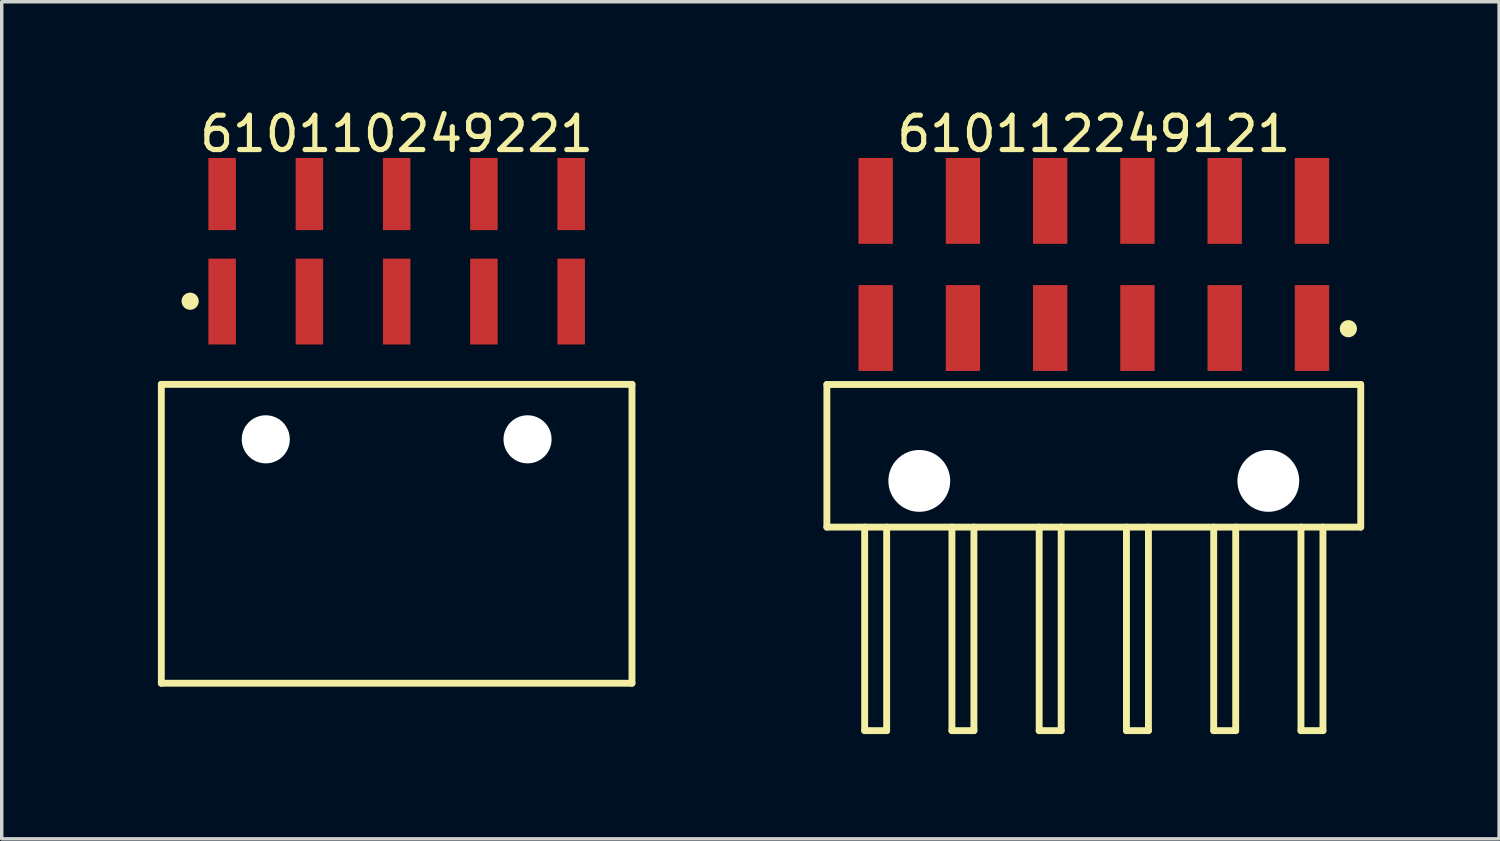
<source format=kicad_pcb>
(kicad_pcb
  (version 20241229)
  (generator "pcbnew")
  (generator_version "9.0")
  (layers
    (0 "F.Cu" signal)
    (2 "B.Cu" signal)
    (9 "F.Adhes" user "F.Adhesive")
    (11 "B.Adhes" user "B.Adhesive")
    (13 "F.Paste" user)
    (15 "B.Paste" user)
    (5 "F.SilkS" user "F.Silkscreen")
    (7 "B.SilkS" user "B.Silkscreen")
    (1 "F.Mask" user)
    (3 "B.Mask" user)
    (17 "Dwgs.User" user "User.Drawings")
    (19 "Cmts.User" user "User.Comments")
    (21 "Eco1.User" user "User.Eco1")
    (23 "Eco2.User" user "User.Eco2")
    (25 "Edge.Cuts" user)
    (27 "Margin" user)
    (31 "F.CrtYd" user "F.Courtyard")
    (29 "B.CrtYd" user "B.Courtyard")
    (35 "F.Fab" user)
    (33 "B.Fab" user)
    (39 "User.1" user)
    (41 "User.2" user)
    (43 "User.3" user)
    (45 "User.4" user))
  (footprint "610112249121"
    (layer "F.Cu")
    (at 28.789 10.218)
    (property "Reference" "610112249121" (at 0 -9.37 0) (layer "F.SilkS") (effects (font (size 1 1) (thickness 0.15))))
    (fp_line (start -7.77 -2.075) (end 7.77 -2.075) (stroke (width 0.2) (type solid)) (layer "F.SilkS"))
    (fp_line (start -7.77 2.075) (end -7.77 -2.075) (stroke (width 0.2) (type solid)) (layer "F.SilkS"))
    (fp_line (start -7.77 2.075) (end 7.77 2.075) (stroke (width 0.2) (type solid)) (layer "F.SilkS"))
    (fp_line (start -6.67 8) (end -6.67 2.075) (stroke (width 0.2) (type solid)) (layer "F.SilkS"))
    (fp_line (start -6.67 8) (end -6.03 8) (stroke (width 0.2) (type solid)) (layer "F.SilkS"))
    (fp_line (start -6.03 8) (end -6.03 2.075) (stroke (width 0.2) (type solid)) (layer "F.SilkS"))
    (fp_line (start -4.13 8) (end -4.13 2.075) (stroke (width 0.2) (type solid)) (layer "F.SilkS"))
    (fp_line (start -4.13 8) (end -3.49 8) (stroke (width 0.2) (type solid)) (layer "F.SilkS"))
    (fp_line (start -3.49 8) (end -3.49 2.075) (stroke (width 0.2) (type solid)) (layer "F.SilkS"))
    (fp_line (start -1.59 8) (end -1.59 2.075) (stroke (width 0.2) (type solid)) (layer "F.SilkS"))
    (fp_line (start -1.59 8) (end -0.95 8) (stroke (width 0.2) (type solid)) (layer "F.SilkS"))
    (fp_line (start -0.95 8) (end -0.95 2.075) (stroke (width 0.2) (type solid)) (layer "F.SilkS"))
    (fp_line (start 0.95 8) (end 0.95 2.075) (stroke (width 0.2) (type solid)) (layer "F.SilkS"))
    (fp_line (start 0.95 8) (end 1.59 8) (stroke (width 0.2) (type solid)) (layer "F.SilkS"))
    (fp_line (start 1.59 8) (end 1.59 2.075) (stroke (width 0.2) (type solid)) (layer "F.SilkS"))
    (fp_line (start 3.49 8) (end 3.49 2.075) (stroke (width 0.2) (type solid)) (layer "F.SilkS"))
    (fp_line (start 3.49 8) (end 4.13 8) (stroke (width 0.2) (type solid)) (layer "F.SilkS"))
    (fp_line (start 4.13 8) (end 4.13 2.075) (stroke (width 0.2) (type solid)) (layer "F.SilkS"))
    (fp_line (start 6.03 8) (end 6.03 2.075) (stroke (width 0.2) (type solid)) (layer "F.SilkS"))
    (fp_line (start 6.03 8) (end 6.67 8) (stroke (width 0.2) (type solid)) (layer "F.SilkS"))
    (fp_line (start 6.67 8) (end 6.67 2.075) (stroke (width 0.2) (type solid)) (layer "F.SilkS"))
    (fp_line (start 7.77 2.075) (end 7.77 -2.075) (stroke (width 0.2) (type solid)) (layer "F.SilkS"))
    (fp_circle (center 7.41 -3.7) (end 7.41 -3.825) (stroke (width 0.25) (type solid)) (fill no) (layer "F.SilkS"))
    (fp_line (start -7.97 -8.87) (end 7.97 -8.87) (stroke (width 0.05) (type solid)) (layer "Eco2.User"))
    (fp_line (start -7.97 8.125) (end -7.97 -8.87) (stroke (width 0.05) (type solid)) (layer "Eco2.User"))
    (fp_line (start -7.97 8.125) (end 7.97 8.125) (stroke (width 0.05) (type solid)) (layer "Eco2.User"))
    (fp_line (start -7.62 -2) (end 7.62 -2) (stroke (width 0.1) (type solid)) (layer "Eco2.User"))
    (fp_line (start -7.62 2) (end -7.62 -2) (stroke (width 0.1) (type solid)) (layer "Eco2.User"))
    (fp_line (start -7.62 2) (end 7.62 2) (stroke (width 0.1) (type solid)) (layer "Eco2.User"))
    (fp_line (start -6.68 -8.16) (end -6.04 -8.16) (stroke (width 0.1) (type solid)) (layer "Eco2.User"))
    (fp_line (start -6.68 -7.815) (end -6.68 -8.16) (stroke (width 0.1) (type solid)) (layer "Eco2.User"))
    (fp_line (start -6.68 -7.535) (end -6.68 -7.815) (stroke (width 0.1) (type solid)) (layer "Eco2.User"))
    (fp_line (start -6.68 -4.48) (end -6.04 -4.48) (stroke (width 0.1) (type solid)) (layer "Eco2.User"))
    (fp_line (start -6.68 -4.135) (end -6.68 -4.26) (stroke (width 0.1) (type solid)) (layer "Eco2.User"))
    (fp_line (start -6.68 -2) (end -6.68 -8.16) (stroke (width 0.1) (type solid)) (layer "Eco2.User"))
    (fp_line (start -6.67 8) (end -6.67 2) (stroke (width 0.1) (type solid)) (layer "Eco2.User"))
    (fp_line (start -6.67 8) (end -6.03 8) (stroke (width 0.1) (type solid)) (layer "Eco2.User"))
    (fp_line (start -6.04 -7.815) (end -6.04 -8.16) (stroke (width 0.1) (type solid)) (layer "Eco2.User"))
    (fp_line (start -6.04 -7.535) (end -6.04 -7.815) (stroke (width 0.1) (type solid)) (layer "Eco2.User"))
    (fp_line (start -6.04 -4.135) (end -6.04 -4.26) (stroke (width 0.1) (type solid)) (layer "Eco2.User"))
    (fp_line (start -6.04 -2) (end -6.04 -8.16) (stroke (width 0.1) (type solid)) (layer "Eco2.User"))
    (fp_line (start -6.03 8) (end -6.03 2) (stroke (width 0.1) (type solid)) (layer "Eco2.User"))
    (fp_line (start -4.14 -8.16) (end -3.5 -8.16) (stroke (width 0.1) (type solid)) (layer "Eco2.User"))
    (fp_line (start -4.14 -7.815) (end -4.14 -8.16) (stroke (width 0.1) (type solid)) (layer "Eco2.User"))
    (fp_line (start -4.14 -7.535) (end -4.14 -7.815) (stroke (width 0.1) (type solid)) (layer "Eco2.User"))
    (fp_line (start -4.14 -4.48) (end -3.5 -4.48) (stroke (width 0.1) (type solid)) (layer "Eco2.User"))
    (fp_line (start -4.14 -4.135) (end -4.14 -4.26) (stroke (width 0.1) (type solid)) (layer "Eco2.User"))
    (fp_line (start -4.14 -2) (end -4.14 -8.16) (stroke (width 0.1) (type solid)) (layer "Eco2.User"))
    (fp_line (start -4.13 8) (end -4.13 2) (stroke (width 0.1) (type solid)) (layer "Eco2.User"))
    (fp_line (start -4.13 8) (end -3.49 8) (stroke (width 0.1) (type solid)) (layer "Eco2.User"))
    (fp_line (start -3.5 -7.815) (end -3.5 -8.16) (stroke (width 0.1) (type solid)) (layer "Eco2.User"))
    (fp_line (start -3.5 -7.535) (end -3.5 -7.815) (stroke (width 0.1) (type solid)) (layer "Eco2.User"))
    (fp_line (start -3.5 -4.135) (end -3.5 -4.26) (stroke (width 0.1) (type solid)) (layer "Eco2.User"))
    (fp_line (start -3.5 -2) (end -3.5 -8.16) (stroke (width 0.1) (type solid)) (layer "Eco2.User"))
    (fp_line (start -3.49 8) (end -3.49 2) (stroke (width 0.1) (type solid)) (layer "Eco2.User"))
    (fp_line (start -1.6 -8.16) (end -0.96 -8.16) (stroke (width 0.1) (type solid)) (layer "Eco2.User"))
    (fp_line (start -1.6 -7.815) (end -1.6 -8.16) (stroke (width 0.1) (type solid)) (layer "Eco2.User"))
    (fp_line (start -1.6 -7.535) (end -1.6 -7.815) (stroke (width 0.1) (type solid)) (layer "Eco2.User"))
    (fp_line (start -1.6 -4.48) (end -0.96 -4.48) (stroke (width 0.1) (type solid)) (layer "Eco2.User"))
    (fp_line (start -1.6 -4.135) (end -1.6 -4.26) (stroke (width 0.1) (type solid)) (layer "Eco2.User"))
    (fp_line (start -1.6 -2) (end -1.6 -8.16) (stroke (width 0.1) (type solid)) (layer "Eco2.User"))
    (fp_line (start -1.59 8) (end -1.59 2) (stroke (width 0.1) (type solid)) (layer "Eco2.User"))
    (fp_line (start -1.59 8) (end -0.95 8) (stroke (width 0.1) (type solid)) (layer "Eco2.User"))
    (fp_line (start -0.96 -7.815) (end -0.96 -8.16) (stroke (width 0.1) (type solid)) (layer "Eco2.User"))
    (fp_line (start -0.96 -7.535) (end -0.96 -7.815) (stroke (width 0.1) (type solid)) (layer "Eco2.User"))
    (fp_line (start -0.96 -4.135) (end -0.96 -4.26) (stroke (width 0.1) (type solid)) (layer "Eco2.User"))
    (fp_line (start -0.96 -2) (end -0.96 -8.16) (stroke (width 0.1) (type solid)) (layer "Eco2.User"))
    (fp_line (start -0.95 8) (end -0.95 2) (stroke (width 0.1) (type solid)) (layer "Eco2.User"))
    (fp_line (start -0.5 0) (end 0.5 0) (stroke (width 0.05) (type solid)) (layer "Eco2.User"))
    (fp_line (start 0 0.5) (end 0 -0.5) (stroke (width 0.05) (type solid)) (layer "Eco2.User"))
    (fp_line (start 0.94 -8.16) (end 1.58 -8.16) (stroke (width 0.1) (type solid)) (layer "Eco2.User"))
    (fp_line (start 0.94 -7.815) (end 0.94 -8.16) (stroke (width 0.1) (type solid)) (layer "Eco2.User"))
    (fp_line (start 0.94 -7.535) (end 0.94 -7.815) (stroke (width 0.1) (type solid)) (layer "Eco2.User"))
    (fp_line (start 0.94 -4.48) (end 1.58 -4.48) (stroke (width 0.1) (type solid)) (layer "Eco2.User"))
    (fp_line (start 0.94 -4.135) (end 0.94 -4.26) (stroke (width 0.1) (type solid)) (layer "Eco2.User"))
    (fp_line (start 0.94 -2) (end 0.94 -8.16) (stroke (width 0.1) (type solid)) (layer "Eco2.User"))
    (fp_line (start 0.95 8) (end 0.95 2) (stroke (width 0.1) (type solid)) (layer "Eco2.User"))
    (fp_line (start 0.95 8) (end 1.59 8) (stroke (width 0.1) (type solid)) (layer "Eco2.User"))
    (fp_line (start 1.58 -7.815) (end 1.58 -8.16) (stroke (width 0.1) (type solid)) (layer "Eco2.User"))
    (fp_line (start 1.58 -7.535) (end 1.58 -7.815) (stroke (width 0.1) (type solid)) (layer "Eco2.User"))
    (fp_line (start 1.58 -4.135) (end 1.58 -4.26) (stroke (width 0.1) (type solid)) (layer "Eco2.User"))
    (fp_line (start 1.58 -2) (end 1.58 -8.16) (stroke (width 0.1) (type solid)) (layer "Eco2.User"))
    (fp_line (start 1.59 8) (end 1.59 2) (stroke (width 0.1) (type solid)) (layer "Eco2.User"))
    (fp_line (start 3.48 -8.16) (end 4.12 -8.16) (stroke (width 0.1) (type solid)) (layer "Eco2.User"))
    (fp_line (start 3.48 -7.815) (end 3.48 -8.16) (stroke (width 0.1) (type solid)) (layer "Eco2.User"))
    (fp_line (start 3.48 -7.535) (end 3.48 -7.815) (stroke (width 0.1) (type solid)) (layer "Eco2.User"))
    (fp_line (start 3.48 -4.48) (end 4.12 -4.48) (stroke (width 0.1) (type solid)) (layer "Eco2.User"))
    (fp_line (start 3.48 -4.135) (end 3.48 -4.26) (stroke (width 0.1) (type solid)) (layer "Eco2.User"))
    (fp_line (start 3.48 -2) (end 3.48 -8.16) (stroke (width 0.1) (type solid)) (layer "Eco2.User"))
    (fp_line (start 3.49 8) (end 3.49 2) (stroke (width 0.1) (type solid)) (layer "Eco2.User"))
    (fp_line (start 3.49 8) (end 4.13 8) (stroke (width 0.1) (type solid)) (layer "Eco2.User"))
    (fp_line (start 4.12 -7.815) (end 4.12 -8.16) (stroke (width 0.1) (type solid)) (layer "Eco2.User"))
    (fp_line (start 4.12 -7.535) (end 4.12 -7.815) (stroke (width 0.1) (type solid)) (layer "Eco2.User"))
    (fp_line (start 4.12 -4.135) (end 4.12 -4.26) (stroke (width 0.1) (type solid)) (layer "Eco2.User"))
    (fp_line (start 4.12 -2) (end 4.12 -8.16) (stroke (width 0.1) (type solid)) (layer "Eco2.User"))
    (fp_line (start 4.13 8) (end 4.13 2) (stroke (width 0.1) (type solid)) (layer "Eco2.User"))
    (fp_line (start 6.02 -8.16) (end 6.66 -8.16) (stroke (width 0.1) (type solid)) (layer "Eco2.User"))
    (fp_line (start 6.02 -7.815) (end 6.02 -8.16) (stroke (width 0.1) (type solid)) (layer "Eco2.User"))
    (fp_line (start 6.02 -7.535) (end 6.02 -7.815) (stroke (width 0.1) (type solid)) (layer "Eco2.User"))
    (fp_line (start 6.02 -4.48) (end 6.66 -4.48) (stroke (width 0.1) (type solid)) (layer "Eco2.User"))
    (fp_line (start 6.02 -4.135) (end 6.02 -4.26) (stroke (width 0.1) (type solid)) (layer "Eco2.User"))
    (fp_line (start 6.02 -2) (end 6.02 -8.16) (stroke (width 0.1) (type solid)) (layer "Eco2.User"))
    (fp_line (start 6.03 8) (end 6.03 2) (stroke (width 0.1) (type solid)) (layer "Eco2.User"))
    (fp_line (start 6.03 8) (end 6.67 8) (stroke (width 0.1) (type solid)) (layer "Eco2.User"))
    (fp_line (start 6.66 -7.815) (end 6.66 -8.16) (stroke (width 0.1) (type solid)) (layer "Eco2.User"))
    (fp_line (start 6.66 -7.535) (end 6.66 -7.815) (stroke (width 0.1) (type solid)) (layer "Eco2.User"))
    (fp_line (start 6.66 -4.135) (end 6.66 -4.26) (stroke (width 0.1) (type solid)) (layer "Eco2.User"))
    (fp_line (start 6.66 -2) (end 6.66 -8.16) (stroke (width 0.1) (type solid)) (layer "Eco2.User"))
    (fp_line (start 6.67 8) (end 6.67 2) (stroke (width 0.1) (type solid)) (layer "Eco2.User"))
    (fp_line (start 7.62 2) (end 7.62 -2) (stroke (width 0.1) (type solid)) (layer "Eco2.User"))
    (fp_line (start 7.97 8.125) (end 7.97 -8.87) (stroke (width 0.05) (type solid)) (layer "Eco2.User"))
    (fp_text user "${REFERENCE}" (at 0.15 -0.197 0) (unlocked yes) (layer "User.3") (effects (font (size 1.5 1.5) (thickness 0.15))))
    (pad "" np_thru_hole circle (at -5.08 0.73) (size 1.8 1.8) (drill 1.8) (layers "*.Cu" "*.Mask"))
    (pad "" np_thru_hole circle (at 5.08 0.73) (size 1.8 1.8) (drill 1.8) (layers "*.Cu" "*.Mask"))
    (pad "1" smd rect (at 6.35 -3.72) (size 1 2.5) (layers "F.Cu" "F.Mask" "F.Paste"))
    (pad "2" smd rect (at 6.35 -7.42) (size 1 2.5) (layers "F.Cu" "F.Mask" "F.Paste"))
    (pad "3" smd rect (at 3.81 -3.72) (size 1 2.5) (layers "F.Cu" "F.Mask" "F.Paste"))
    (pad "4" smd rect (at 3.81 -7.42) (size 1 2.5) (layers "F.Cu" "F.Mask" "F.Paste"))
    (pad "5" smd rect (at 1.27 -3.72) (size 1 2.5) (layers "F.Cu" "F.Mask" "F.Paste"))
    (pad "6" smd rect (at 1.27 -7.42) (size 1 2.5) (layers "F.Cu" "F.Mask" "F.Paste"))
    (pad "7" smd rect (at -1.27 -3.72) (size 1 2.5) (layers "F.Cu" "F.Mask" "F.Paste"))
    (pad "8" smd rect (at -1.27 -7.42) (size 1 2.5) (layers "F.Cu" "F.Mask" "F.Paste"))
    (pad "9" smd rect (at -3.81 -3.72) (size 1 2.5) (layers "F.Cu" "F.Mask" "F.Paste"))
    (pad "10" smd rect (at -3.81 -7.42) (size 1 2.5) (layers "F.Cu" "F.Mask" "F.Paste"))
    (pad "11" smd rect (at -6.35 -3.72) (size 1 2.5) (layers "F.Cu" "F.Mask" "F.Paste"))
    (pad "12" smd rect (at -6.35 -7.42) (size 1 2.5) (layers "F.Cu" "F.Mask" "F.Paste")))
  (footprint "610110249221"
    (layer "F.Cu")
    (at 8.496 12.488)
    (property "Reference" "610110249221" (at 0 -11.64 0) (layer "F.SilkS") (effects (font (size 1 1) (thickness 0.15))))
    (fp_line (start -6.85 -4.35) (end 6.85 -4.35) (stroke (width 0.2) (type solid)) (layer "F.SilkS"))
    (fp_line (start -6.85 4.35) (end -6.85 -4.35) (stroke (width 0.2) (type solid)) (layer "F.SilkS"))
    (fp_line (start -6.85 4.35) (end 6.85 4.35) (stroke (width 0.2) (type solid)) (layer "F.SilkS"))
    (fp_line (start 6.85 4.35) (end 6.85 -4.35) (stroke (width 0.2) (type solid)) (layer "F.SilkS"))
    (fp_circle (center -6.011 -6.77) (end -6.011 -6.895) (stroke (width 0.25) (type solid)) (fill no) (layer "F.SilkS"))
    (fp_line (start -7.05 -11.14) (end 7.05 -11.14) (stroke (width 0.05) (type solid)) (layer "Eco2.User"))
    (fp_line (start -7.05 4.55) (end -7.05 -11.14) (stroke (width 0.05) (type solid)) (layer "Eco2.User"))
    (fp_line (start -7.05 4.55) (end 7.05 4.55) (stroke (width 0.05) (type solid)) (layer "Eco2.User"))
    (fp_line (start -6.6 -4.25) (end 6.6 -4.25) (stroke (width 0.1) (type solid)) (layer "Eco2.User"))
    (fp_line (start -6.6 4.25) (end -6.6 -4.25) (stroke (width 0.1) (type solid)) (layer "Eco2.User"))
    (fp_line (start -6.6 4.25) (end 6.6 4.25) (stroke (width 0.1) (type solid)) (layer "Eco2.User"))
    (fp_line (start -5.4 -10.44) (end -4.76 -10.44) (stroke (width 0.1) (type solid)) (layer "Eco2.User"))
    (fp_line (start -5.4 -7.49) (end -4.76 -7.49) (stroke (width 0.1) (type solid)) (layer "Eco2.User"))
    (fp_line (start -5.4 -4.25) (end -5.4 -10.44) (stroke (width 0.1) (type solid)) (layer "Eco2.User"))
    (fp_line (start -4.76 -4.25) (end -4.76 -10.44) (stroke (width 0.1) (type solid)) (layer "Eco2.User"))
    (fp_line (start -2.86 -10.44) (end -2.22 -10.44) (stroke (width 0.1) (type solid)) (layer "Eco2.User"))
    (fp_line (start -2.86 -7.49) (end -2.22 -7.49) (stroke (width 0.1) (type solid)) (layer "Eco2.User"))
    (fp_line (start -2.86 -4.25) (end -2.86 -10.44) (stroke (width 0.1) (type solid)) (layer "Eco2.User"))
    (fp_line (start -2.22 -4.25) (end -2.22 -10.44) (stroke (width 0.1) (type solid)) (layer "Eco2.User"))
    (fp_line (start -0.5 0) (end 0.5 0) (stroke (width 0.05) (type solid)) (layer "Eco2.User"))
    (fp_line (start -0.32 -10.44) (end 0.32 -10.44) (stroke (width 0.1) (type solid)) (layer "Eco2.User"))
    (fp_line (start -0.32 -7.49) (end 0.32 -7.49) (stroke (width 0.1) (type solid)) (layer "Eco2.User"))
    (fp_line (start -0.32 -4.25) (end -0.32 -10.44) (stroke (width 0.1) (type solid)) (layer "Eco2.User"))
    (fp_line (start 0 0.5) (end 0 -0.5) (stroke (width 0.05) (type solid)) (layer "Eco2.User"))
    (fp_line (start 0.32 -4.25) (end 0.32 -10.44) (stroke (width 0.1) (type solid)) (layer "Eco2.User"))
    (fp_line (start 2.22 -10.44) (end 2.86 -10.44) (stroke (width 0.1) (type solid)) (layer "Eco2.User"))
    (fp_line (start 2.22 -7.49) (end 2.86 -7.49) (stroke (width 0.1) (type solid)) (layer "Eco2.User"))
    (fp_line (start 2.22 -4.25) (end 2.22 -10.44) (stroke (width 0.1) (type solid)) (layer "Eco2.User"))
    (fp_line (start 2.86 -4.25) (end 2.86 -10.44) (stroke (width 0.1) (type solid)) (layer "Eco2.User"))
    (fp_line (start 4.76 -10.44) (end 5.4 -10.44) (stroke (width 0.1) (type solid)) (layer "Eco2.User"))
    (fp_line (start 4.76 -7.49) (end 5.4 -7.49) (stroke (width 0.1) (type solid)) (layer "Eco2.User"))
    (fp_line (start 4.76 -4.25) (end 4.76 -10.44) (stroke (width 0.1) (type solid)) (layer "Eco2.User"))
    (fp_line (start 5.4 -4.25) (end 5.4 -10.44) (stroke (width 0.1) (type solid)) (layer "Eco2.User"))
    (fp_line (start 6.6 4.25) (end 6.6 -4.25) (stroke (width 0.1) (type solid)) (layer "Eco2.User"))
    (fp_line (start 7.05 4.55) (end 7.05 -11.14) (stroke (width 0.05) (type solid)) (layer "Eco2.User"))
    (fp_text user "${REFERENCE}" (at 0.15 -0.197 0) (unlocked yes) (layer "User.3") (effects (font (size 1.5 1.5) (thickness 0.15))))
    (pad "" np_thru_hole circle (at -3.81 -2.75) (size 1.4 1.4) (drill 1.4) (layers "*.Cu" "*.Mask"))
    (pad "" np_thru_hole circle (at 3.81 -2.75) (size 1.4 1.4) (drill 1.4) (layers "*.Cu" "*.Mask"))
    (pad "1" smd rect (at -5.08 -6.76) (size 0.8 2.5) (layers "F.Cu" "F.Mask" "F.Paste"))
    (pad "2" smd rect (at -5.08 -9.89) (size 0.8 2.1) (layers "F.Cu" "F.Mask" "F.Paste"))
    (pad "3" smd rect (at -2.54 -6.76) (size 0.8 2.5) (layers "F.Cu" "F.Mask" "F.Paste"))
    (pad "4" smd rect (at -2.54 -9.89) (size 0.8 2.1) (layers "F.Cu" "F.Mask" "F.Paste"))
    (pad "5" smd rect (at 0 -6.76) (size 0.8 2.5) (layers "F.Cu" "F.Mask" "F.Paste"))
    (pad "6" smd rect (at 0 -9.89) (size 0.8 2.1) (layers "F.Cu" "F.Mask" "F.Paste"))
    (pad "7" smd rect (at 2.54 -6.76) (size 0.8 2.5) (layers "F.Cu" "F.Mask" "F.Paste"))
    (pad "8" smd rect (at 2.54 -9.89) (size 0.8 2.1) (layers "F.Cu" "F.Mask" "F.Paste"))
    (pad "9" smd rect (at 5.08 -6.76) (size 0.8 2.5) (layers "F.Cu" "F.Mask" "F.Paste"))
    (pad "10" smd rect (at 5.08 -9.89) (size 0.8 2.1) (layers "F.Cu" "F.Mask" "F.Paste")))
  (gr_rect
    (start -3 -3)
    (end 40.586 21.368)
    (stroke (width 0.1) (type default))
    (fill no)
    (layer "Edge.Cuts")))
</source>
